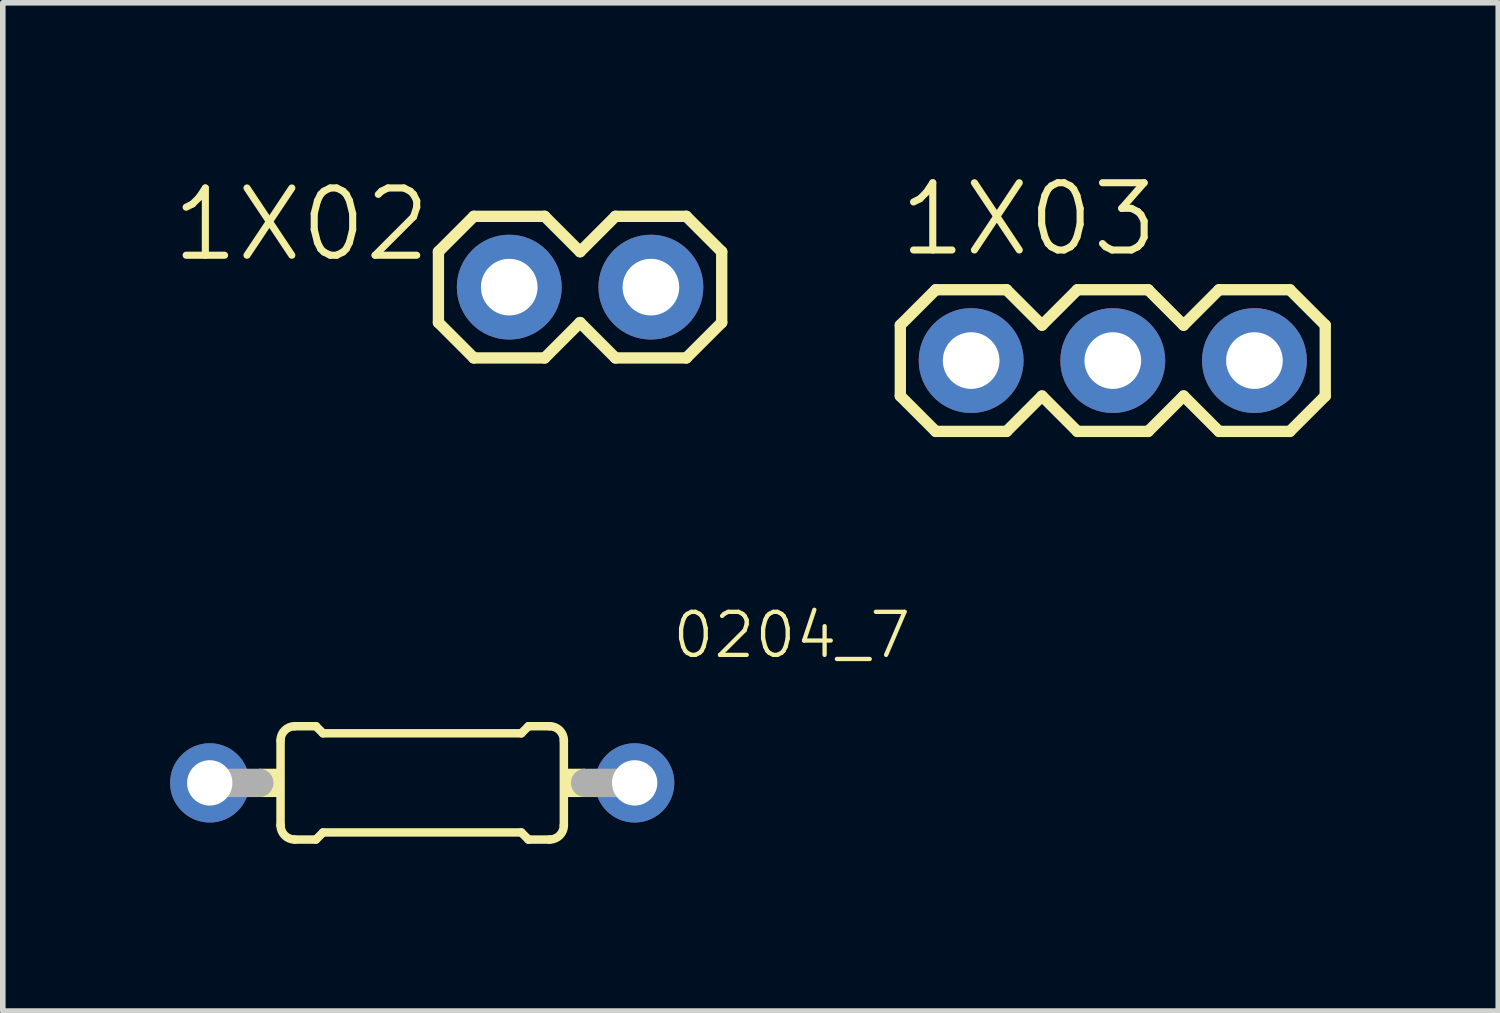
<source format=kicad_pcb>
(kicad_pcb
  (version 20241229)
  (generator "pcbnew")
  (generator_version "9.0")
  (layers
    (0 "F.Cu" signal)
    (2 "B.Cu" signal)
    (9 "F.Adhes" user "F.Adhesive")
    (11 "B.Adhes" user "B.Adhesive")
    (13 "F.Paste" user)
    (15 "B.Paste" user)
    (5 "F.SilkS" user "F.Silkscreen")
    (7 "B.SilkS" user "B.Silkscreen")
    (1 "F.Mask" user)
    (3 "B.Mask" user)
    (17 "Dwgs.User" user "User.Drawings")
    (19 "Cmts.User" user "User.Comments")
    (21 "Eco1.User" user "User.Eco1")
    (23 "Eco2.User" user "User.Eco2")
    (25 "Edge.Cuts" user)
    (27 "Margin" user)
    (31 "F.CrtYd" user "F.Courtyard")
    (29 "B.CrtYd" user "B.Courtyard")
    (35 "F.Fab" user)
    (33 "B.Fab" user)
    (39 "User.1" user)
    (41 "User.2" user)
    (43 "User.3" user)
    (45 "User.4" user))
  (footprint "0204_7"
    (layer "F.Cu")
    (at 4.521 10.989)
    (property "Reference" "0204_7" (at 4.445 -2.197 180) (layer "F.SilkS") (effects (font (size 0.772 0.772) (thickness 0.077)) (justify left bottom)))
    (attr through_hole)
    (fp_line (start -2.54 0.762) (end -2.54 -0.762) (stroke (width 0.152) (type solid)) (layer "F.SilkS"))
    (fp_line (start -2.286 -1.016) (end -1.905 -1.016) (stroke (width 0.152) (type solid)) (layer "F.SilkS"))
    (fp_line (start -2.286 1.016) (end -1.905 1.016) (stroke (width 0.152) (type solid)) (layer "F.SilkS"))
    (fp_line (start -1.778 -0.889) (end -1.905 -1.016) (stroke (width 0.152) (type solid)) (layer "F.SilkS"))
    (fp_line (start -1.778 0.889) (end -1.905 1.016) (stroke (width 0.152) (type solid)) (layer "F.SilkS"))
    (fp_line (start 1.778 -0.889) (end -1.778 -0.889) (stroke (width 0.152) (type solid)) (layer "F.SilkS"))
    (fp_line (start 1.778 -0.889) (end 1.905 -1.016) (stroke (width 0.152) (type solid)) (layer "F.SilkS"))
    (fp_line (start 1.778 0.889) (end -1.778 0.889) (stroke (width 0.152) (type solid)) (layer "F.SilkS"))
    (fp_line (start 1.778 0.889) (end 1.905 1.016) (stroke (width 0.152) (type solid)) (layer "F.SilkS"))
    (fp_line (start 2.286 -1.016) (end 1.905 -1.016) (stroke (width 0.152) (type solid)) (layer "F.SilkS"))
    (fp_line (start 2.286 1.016) (end 1.905 1.016) (stroke (width 0.152) (type solid)) (layer "F.SilkS"))
    (fp_line (start 2.54 0.762) (end 2.54 -0.762) (stroke (width 0.152) (type solid)) (layer "F.SilkS"))
    (fp_arc (start -2.54 -0.762) (mid -2.465605 -0.941605) (end -2.286 -1.016) (stroke (width 0.1524) (type solid)) (layer "F.SilkS"))
    (fp_arc (start -2.286 1.016) (mid -2.465605 0.941605) (end -2.54 0.762) (stroke (width 0.1524) (type solid)) (layer "F.SilkS"))
    (fp_arc (start 2.286 -1.016) (mid 2.465605 -0.941605) (end 2.54 -0.762) (stroke (width 0.1524) (type solid)) (layer "F.SilkS"))
    (fp_arc (start 2.54 0.762) (mid 2.465605 0.941605) (end 2.286 1.016) (stroke (width 0.1524) (type solid)) (layer "F.SilkS"))
    (fp_poly (pts (xy -2.921 0.254) (xy -2.54 0.254) (xy -2.54 -0.254) (xy -2.921 -0.254)) (stroke (width 0) (type solid)) (fill yes) (layer "F.SilkS"))
    (fp_poly (pts (xy 2.54 0.254) (xy 2.921 0.254) (xy 2.921 -0.254) (xy 2.54 -0.254)) (stroke (width 0) (type solid)) (fill yes) (layer "F.SilkS"))
    (fp_line (start -3.81 0) (end -2.921 0) (stroke (width 0.508) (type solid)) (layer "F.Fab"))
    (fp_line (start 3.81 0) (end 2.921 0) (stroke (width 0.508) (type solid)) (layer "F.Fab"))
    (pad "1" thru_hole circle (at -3.81 0) (size 1.422 1.422) (drill 0.813) (layers "*.Cu" "*.Mask"))
    (pad "2" thru_hole circle (at 3.81 0) (size 1.422 1.422) (drill 0.813) (layers "*.Cu" "*.Mask")))
  (footprint "1X03"
    (layer "F.Cu")
    (at 14.365 3.416)
    (property "Reference" "1X03" (at -1.346 -1.829 0) (layer "F.SilkS") (effects (font (size 1.206 1.206) (thickness 0.127)) (justify left bottom)))
    (attr through_hole)
    (fp_line (start -1.27 -0.635) (end -1.27 0.635) (stroke (width 0.203) (type solid)) (layer "F.SilkS"))
    (fp_line (start -1.27 0.635) (end -0.635 1.27) (stroke (width 0.203) (type solid)) (layer "F.SilkS"))
    (fp_line (start -0.635 -1.27) (end -1.27 -0.635) (stroke (width 0.203) (type solid)) (layer "F.SilkS"))
    (fp_line (start -0.635 -1.27) (end 0.635 -1.27) (stroke (width 0.203) (type solid)) (layer "F.SilkS"))
    (fp_line (start 0.635 -1.27) (end 1.27 -0.635) (stroke (width 0.203) (type solid)) (layer "F.SilkS"))
    (fp_line (start 0.635 1.27) (end -0.635 1.27) (stroke (width 0.203) (type solid)) (layer "F.SilkS"))
    (fp_line (start 1.27 -0.635) (end 1.905 -1.27) (stroke (width 0.203) (type solid)) (layer "F.SilkS"))
    (fp_line (start 1.27 0.635) (end 0.635 1.27) (stroke (width 0.203) (type solid)) (layer "F.SilkS"))
    (fp_line (start 1.905 -1.27) (end 3.175 -1.27) (stroke (width 0.203) (type solid)) (layer "F.SilkS"))
    (fp_line (start 1.905 1.27) (end 1.27 0.635) (stroke (width 0.203) (type solid)) (layer "F.SilkS"))
    (fp_line (start 3.175 -1.27) (end 3.81 -0.635) (stroke (width 0.203) (type solid)) (layer "F.SilkS"))
    (fp_line (start 3.175 1.27) (end 1.905 1.27) (stroke (width 0.203) (type solid)) (layer "F.SilkS"))
    (fp_line (start 3.81 -0.635) (end 4.445 -1.27) (stroke (width 0.203) (type solid)) (layer "F.SilkS"))
    (fp_line (start 3.81 0.635) (end 3.175 1.27) (stroke (width 0.203) (type solid)) (layer "F.SilkS"))
    (fp_line (start 4.445 -1.27) (end 5.715 -1.27) (stroke (width 0.203) (type solid)) (layer "F.SilkS"))
    (fp_line (start 4.445 1.27) (end 3.81 0.635) (stroke (width 0.203) (type solid)) (layer "F.SilkS"))
    (fp_line (start 5.715 -1.27) (end 6.35 -0.635) (stroke (width 0.203) (type solid)) (layer "F.SilkS"))
    (fp_line (start 5.715 1.27) (end 4.445 1.27) (stroke (width 0.203) (type solid)) (layer "F.SilkS"))
    (fp_line (start 6.35 -0.635) (end 6.35 0.635) (stroke (width 0.203) (type solid)) (layer "F.SilkS"))
    (fp_line (start 6.35 0.635) (end 5.715 1.27) (stroke (width 0.203) (type solid)) (layer "F.SilkS"))
    (fp_poly (pts (xy -0.254 0.254) (xy 0.254 0.254) (xy 0.254 -0.254) (xy -0.254 -0.254)) (stroke (width 0.1) (type solid)) (fill no) (layer "F.Fab"))
    (fp_poly (pts (xy 2.286 0.254) (xy 2.794 0.254) (xy 2.794 -0.254) (xy 2.286 -0.254)) (stroke (width 0.1) (type solid)) (fill no) (layer "F.Fab"))
    (fp_poly (pts (xy 4.826 0.254) (xy 5.334 0.254) (xy 5.334 -0.254) (xy 4.826 -0.254)) (stroke (width 0.1) (type solid)) (fill no) (layer "F.Fab"))
    (pad "1" thru_hole circle (at 0 0 90) (size 1.88 1.88) (drill 1.016) (layers "*.Cu" "*.Mask"))
    (pad "2" thru_hole circle (at 2.54 0 90) (size 1.88 1.88) (drill 1.016) (layers "*.Cu" "*.Mask"))
    (pad "3" thru_hole circle (at 5.08 0 90) (size 1.88 1.88) (drill 1.016) (layers "*.Cu" "*.Mask")))
  (footprint "1X02"
    (layer "F.Cu")
    (at 6.082 2.099)
    (property "Reference" "1X02" (at -1.346 -1.829 0) (layer "F.SilkS") (effects (font (size 1.206 1.206) (thickness 0.127)) (justify right top)))
    (attr through_hole)
    (fp_line (start -1.27 -0.635) (end -1.27 0.635) (stroke (width 0.203) (type solid)) (layer "F.SilkS"))
    (fp_line (start -1.27 0.635) (end -0.635 1.27) (stroke (width 0.203) (type solid)) (layer "F.SilkS"))
    (fp_line (start -0.635 -1.27) (end -1.27 -0.635) (stroke (width 0.203) (type solid)) (layer "F.SilkS"))
    (fp_line (start -0.635 -1.27) (end 0.635 -1.27) (stroke (width 0.203) (type solid)) (layer "F.SilkS"))
    (fp_line (start 0.635 -1.27) (end 1.27 -0.635) (stroke (width 0.203) (type solid)) (layer "F.SilkS"))
    (fp_line (start 0.635 1.27) (end -0.635 1.27) (stroke (width 0.203) (type solid)) (layer "F.SilkS"))
    (fp_line (start 1.27 -0.635) (end 1.905 -1.27) (stroke (width 0.203) (type solid)) (layer "F.SilkS"))
    (fp_line (start 1.27 0.635) (end 0.635 1.27) (stroke (width 0.203) (type solid)) (layer "F.SilkS"))
    (fp_line (start 1.905 -1.27) (end 3.175 -1.27) (stroke (width 0.203) (type solid)) (layer "F.SilkS"))
    (fp_line (start 1.905 1.27) (end 1.27 0.635) (stroke (width 0.203) (type solid)) (layer "F.SilkS"))
    (fp_line (start 3.175 -1.27) (end 3.81 -0.635) (stroke (width 0.203) (type solid)) (layer "F.SilkS"))
    (fp_line (start 3.175 1.27) (end 1.905 1.27) (stroke (width 0.203) (type solid)) (layer "F.SilkS"))
    (fp_line (start 3.81 -0.635) (end 3.81 0.635) (stroke (width 0.203) (type solid)) (layer "F.SilkS"))
    (fp_line (start 3.81 0.635) (end 3.175 1.27) (stroke (width 0.203) (type solid)) (layer "F.SilkS"))
    (fp_poly (pts (xy -0.254 0.254) (xy 0.254 0.254) (xy 0.254 -0.254) (xy -0.254 -0.254)) (stroke (width 0.1) (type solid)) (fill no) (layer "F.Fab"))
    (fp_poly (pts (xy 2.286 0.254) (xy 2.794 0.254) (xy 2.794 -0.254) (xy 2.286 -0.254)) (stroke (width 0.1) (type solid)) (fill no) (layer "F.Fab"))
    (pad "1" thru_hole circle (at 0 0 90) (size 1.88 1.88) (drill 1.016) (layers "*.Cu" "*.Mask"))
    (pad "2" thru_hole circle (at 2.54 0 90) (size 1.88 1.88) (drill 1.016) (layers "*.Cu" "*.Mask")))
  (gr_rect
    (start -3 -3)
    (end 23.817 15.081)
    (stroke (width 0.1) (type default))
    (fill no)
    (layer "Edge.Cuts")))
</source>
